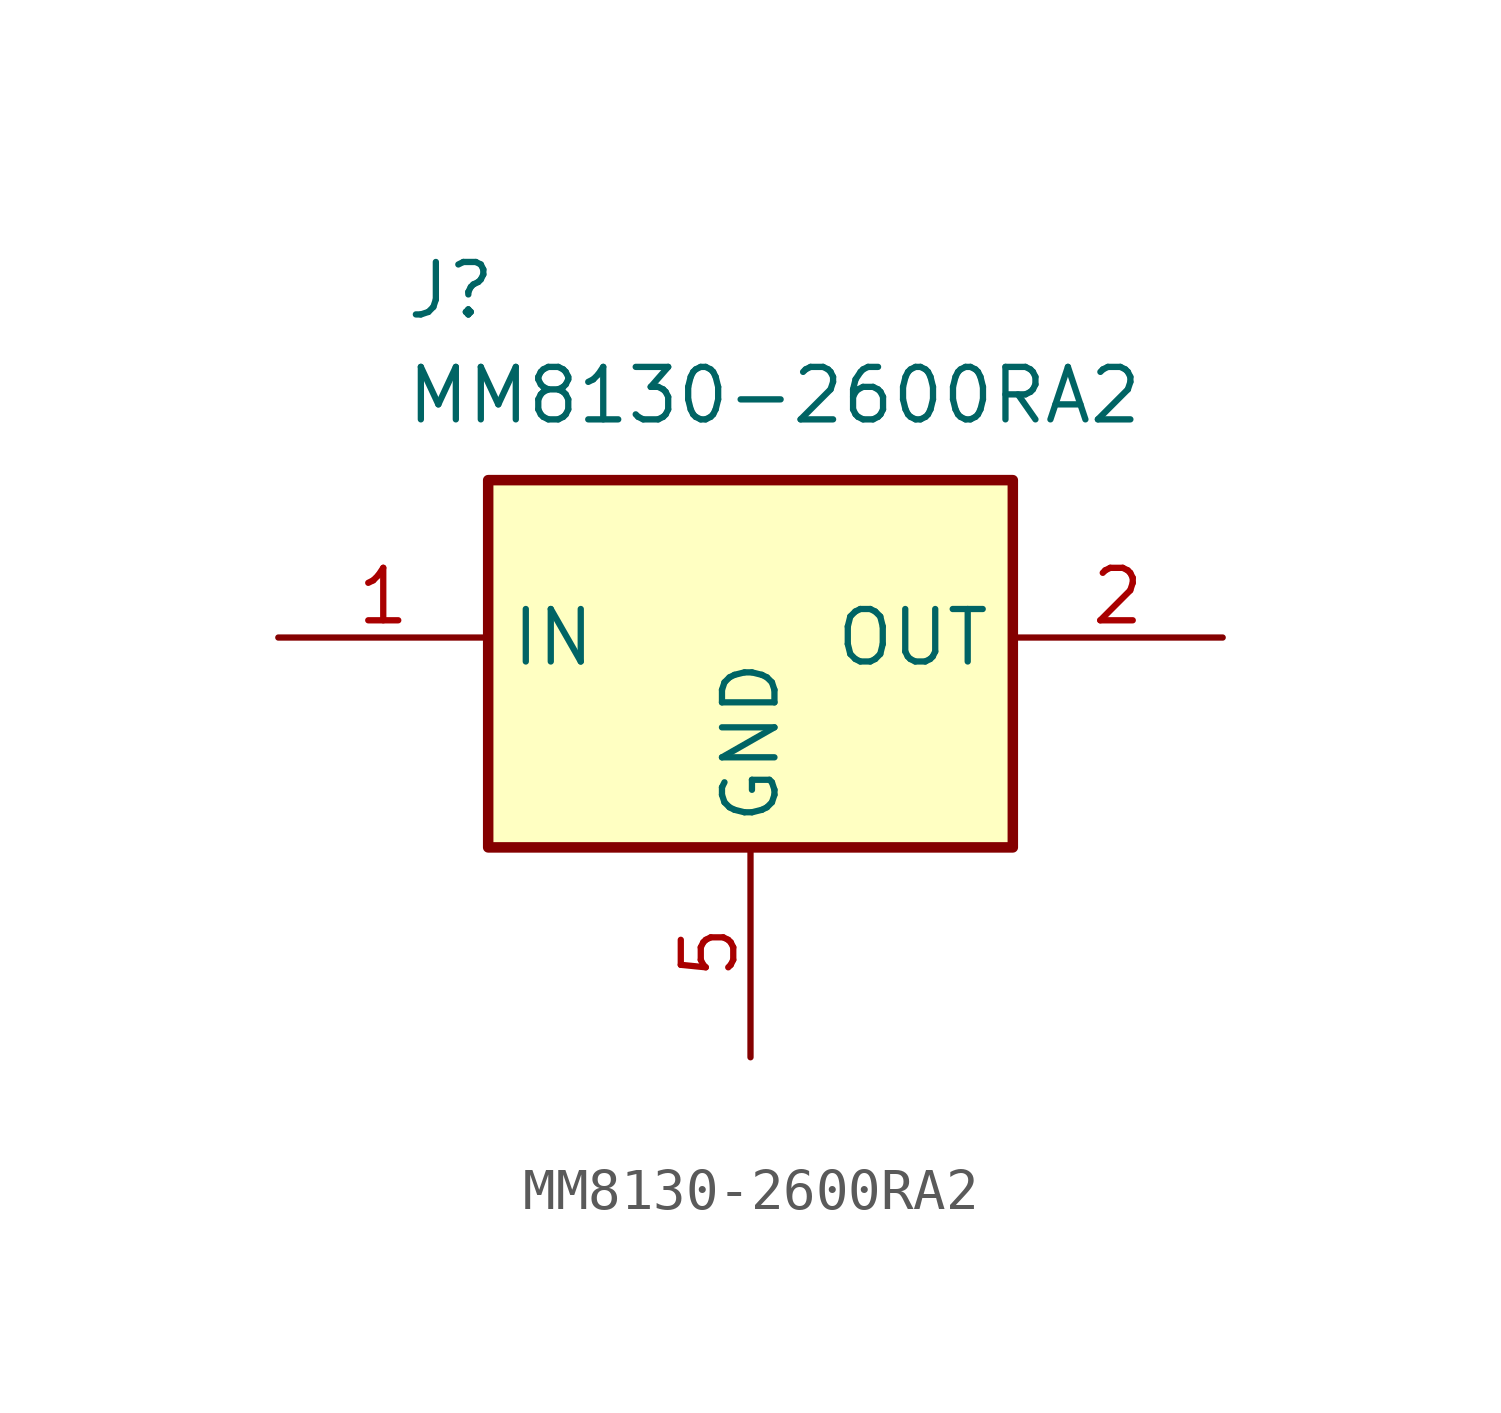
<source format=kicad_sym>
(kicad_symbol_lib
  (version 20231120)
  (generator "kicad_symbol_editor")
  (generator_version "8.0")
  (symbol "MM8130-2600RA2"
    (property "Reference" "J"
      (at 3.048 9.144 0)
      (effects (font (size 1.27 1.27)) (justify left top)))
    (property "Value" "MM8130-2600RA2"
      (at 3.048 6.604 0)
      (effects (font (size 1.27 1.27)) (justify left top)))
    (symbol "MM8130-2600RA2_1_1"
      (rectangle (start 5.08 3.81) (end 17.78 -5.08) (stroke (width 0.254) (type default)) (fill (type background)))
      (pin passive line (at 0 0 0) (length 5.08) (name "IN" (effects (font (size 1.27 1.27)))) (number "1" (effects (font (size 1.27 1.27)))))
      (pin passive line (at 22.86 0 180) (length 5.08) (name "OUT" (effects (font (size 1.27 1.27)))) (number "2" (effects (font (size 1.27 1.27)))))
      (pin passive line (at 11.43 -10.16 90) (length 5.08) hide (name "GND" (effects (font (size 1.27 1.27)))) (number "3" (effects (font (size 1.27 1.27)))))
      (pin passive line (at 11.43 -10.16 90) (length 5.08) hide (name "GND" (effects (font (size 1.27 1.27)))) (number "4" (effects (font (size 1.27 1.27)))))
      (pin passive line (at 11.43 -10.16 90) (length 5.08) (name "GND" (effects (font (size 1.27 1.27)))) (number "5" (effects (font (size 1.27 1.27)))))
      (pin passive line (at 11.43 -10.16 90) (length 5.08) hide (name "GND" (effects (font (size 1.27 1.27)))) (number "6" (effects (font (size 1.27 1.27))))))))
</source>
